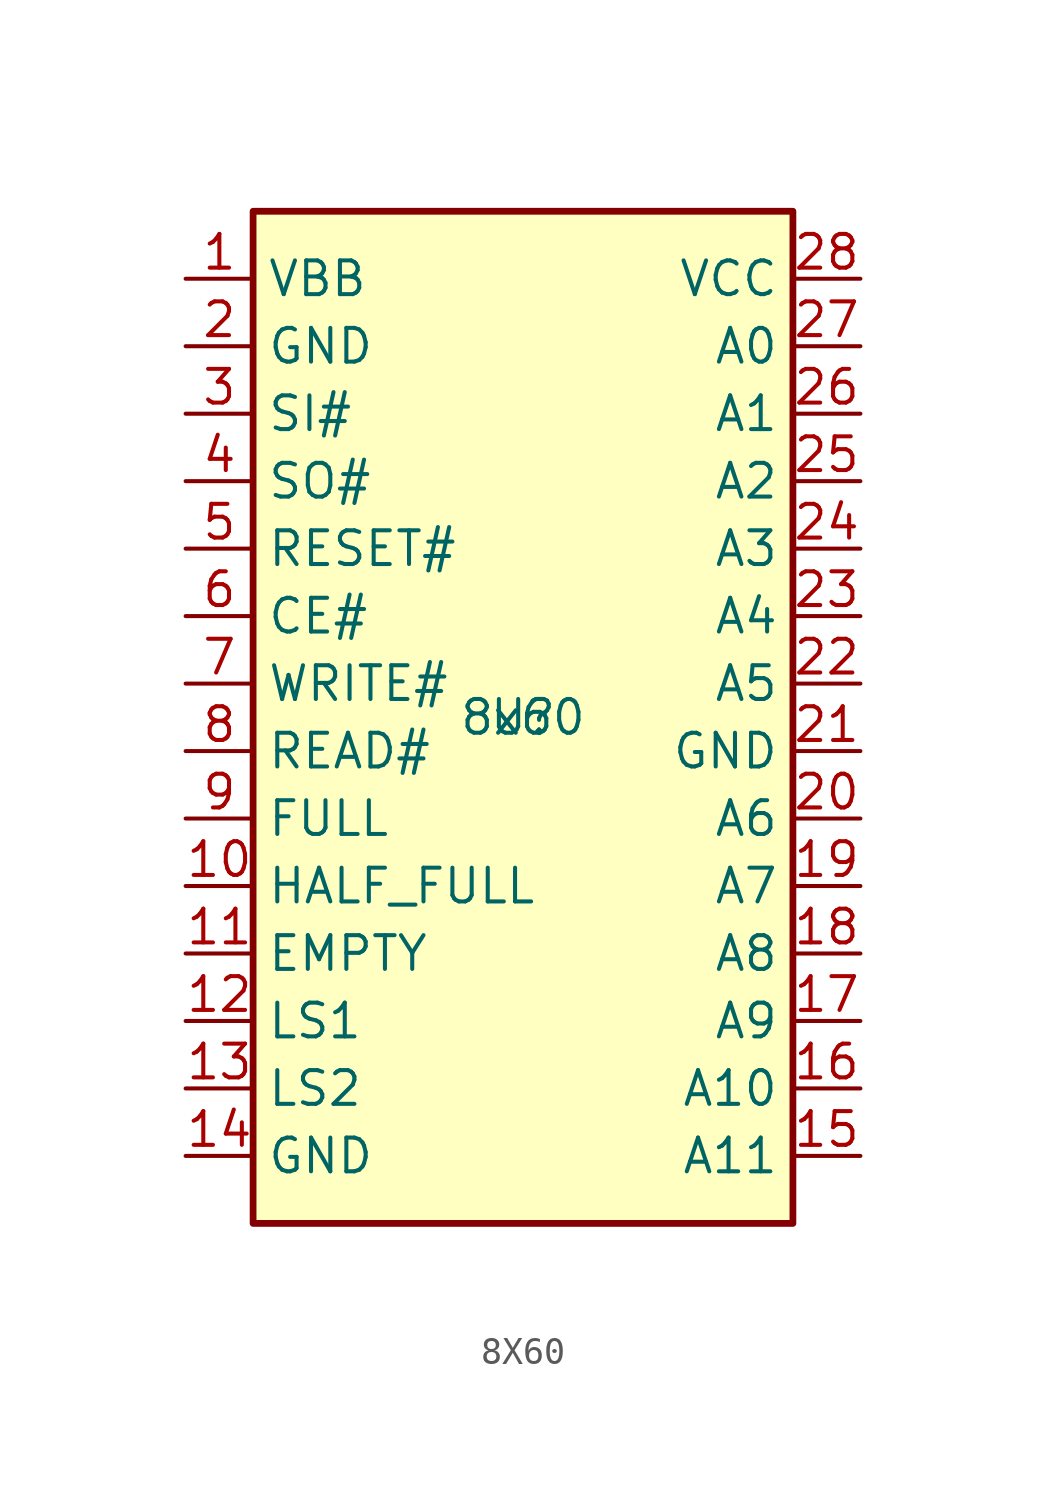
<source format=kicad_sym>
(kicad_symbol_lib
  (version 20231120)
  (generator "kicad_symbol_editor")
  (generator_version "8.0")
  (symbol "8X60"
    (property "Reference" "U"
      (at 0 0 0)
      (effects (font (size 1.27 1.27))))
    (property "Value" "8x60"
      (at 0 0 0)
      (effects (font (size 1.27 1.27))))
    (symbol "8X60_1_1"
      (rectangle (start -10.16 19.05) (end 10.16 -19.05) (stroke (width 0.254) (type default)) (fill (type background)))
      (pin power_in line (at -12.7 16.51 0) (length 2.54) (name "VBB" (effects (font (size 1.27 1.27)))) (number "1" (effects (font (size 1.27 1.27)))))
      (pin output line (at -12.7 -6.35 0) (length 2.54) (name "HALF_FULL" (effects (font (size 1.27 1.27)))) (number "10" (effects (font (size 1.27 1.27)))))
      (pin bidirectional line (at -12.7 -8.89 0) (length 2.54) (name "EMPTY" (effects (font (size 1.27 1.27)))) (number "11" (effects (font (size 1.27 1.27)))))
      (pin input line (at -12.7 -11.43 0) (length 2.54) (name "LS1" (effects (font (size 1.27 1.27)))) (number "12" (effects (font (size 1.27 1.27)))))
      (pin input line (at -12.7 -13.97 0) (length 2.54) (name "LS2" (effects (font (size 1.27 1.27)))) (number "13" (effects (font (size 1.27 1.27)))))
      (pin power_in line (at -12.7 -16.51 0) (length 2.54) (name "GND" (effects (font (size 1.27 1.27)))) (number "14" (effects (font (size 1.27 1.27)))))
      (pin output line (at 12.7 -16.51 180) (length 2.54) (name "A11" (effects (font (size 1.27 1.27)))) (number "15" (effects (font (size 1.27 1.27)))))
      (pin output line (at 12.7 -13.97 180) (length 2.54) (name "A10" (effects (font (size 1.27 1.27)))) (number "16" (effects (font (size 1.27 1.27)))))
      (pin output line (at 12.7 -11.43 180) (length 2.54) (name "A9" (effects (font (size 1.27 1.27)))) (number "17" (effects (font (size 1.27 1.27)))))
      (pin output line (at 12.7 -8.89 180) (length 2.54) (name "A8" (effects (font (size 1.27 1.27)))) (number "18" (effects (font (size 1.27 1.27)))))
      (pin output line (at 12.7 -6.35 180) (length 2.54) (name "A7" (effects (font (size 1.27 1.27)))) (number "19" (effects (font (size 1.27 1.27)))))
      (pin power_in line (at -12.7 13.97 0) (length 2.54) (name "GND" (effects (font (size 1.27 1.27)))) (number "2" (effects (font (size 1.27 1.27)))))
      (pin output line (at 12.7 -3.81 180) (length 2.54) (name "A6" (effects (font (size 1.27 1.27)))) (number "20" (effects (font (size 1.27 1.27)))))
      (pin power_in line (at 12.7 -1.27 180) (length 2.54) (name "GND" (effects (font (size 1.27 1.27)))) (number "21" (effects (font (size 1.27 1.27)))))
      (pin output line (at 12.7 1.27 180) (length 2.54) (name "A5" (effects (font (size 1.27 1.27)))) (number "22" (effects (font (size 1.27 1.27)))))
      (pin output line (at 12.7 3.81 180) (length 2.54) (name "A4" (effects (font (size 1.27 1.27)))) (number "23" (effects (font (size 1.27 1.27)))))
      (pin output line (at 12.7 6.35 180) (length 2.54) (name "A3" (effects (font (size 1.27 1.27)))) (number "24" (effects (font (size 1.27 1.27)))))
      (pin output line (at 12.7 8.89 180) (length 2.54) (name "A2" (effects (font (size 1.27 1.27)))) (number "25" (effects (font (size 1.27 1.27)))))
      (pin output line (at 12.7 11.43 180) (length 2.54) (name "A1" (effects (font (size 1.27 1.27)))) (number "26" (effects (font (size 1.27 1.27)))))
      (pin output line (at 12.7 13.97 180) (length 2.54) (name "A0" (effects (font (size 1.27 1.27)))) (number "27" (effects (font (size 1.27 1.27)))))
      (pin power_in line (at 12.7 16.51 180) (length 2.54) (name "VCC" (effects (font (size 1.27 1.27)))) (number "28" (effects (font (size 1.27 1.27)))))
      (pin input line (at -12.7 11.43 0) (length 2.54) (name "SI#" (effects (font (size 1.27 1.27)))) (number "3" (effects (font (size 1.27 1.27)))))
      (pin input line (at -12.7 8.89 0) (length 2.54) (name "SO#" (effects (font (size 1.27 1.27)))) (number "4" (effects (font (size 1.27 1.27)))))
      (pin input line (at -12.7 6.35 0) (length 2.54) (name "RESET#" (effects (font (size 1.27 1.27)))) (number "5" (effects (font (size 1.27 1.27)))))
      (pin input line (at -12.7 3.81 0) (length 2.54) (name "CE#" (effects (font (size 1.27 1.27)))) (number "6" (effects (font (size 1.27 1.27)))))
      (pin output line (at -12.7 1.27 0) (length 2.54) (name "WRITE#" (effects (font (size 1.27 1.27)))) (number "7" (effects (font (size 1.27 1.27)))))
      (pin output line (at -12.7 -1.27 0) (length 2.54) (name "READ#" (effects (font (size 1.27 1.27)))) (number "8" (effects (font (size 1.27 1.27)))))
      (pin bidirectional line (at -12.7 -3.81 0) (length 2.54) (name "FULL" (effects (font (size 1.27 1.27)))) (number "9" (effects (font (size 1.27 1.27))))))))
</source>
